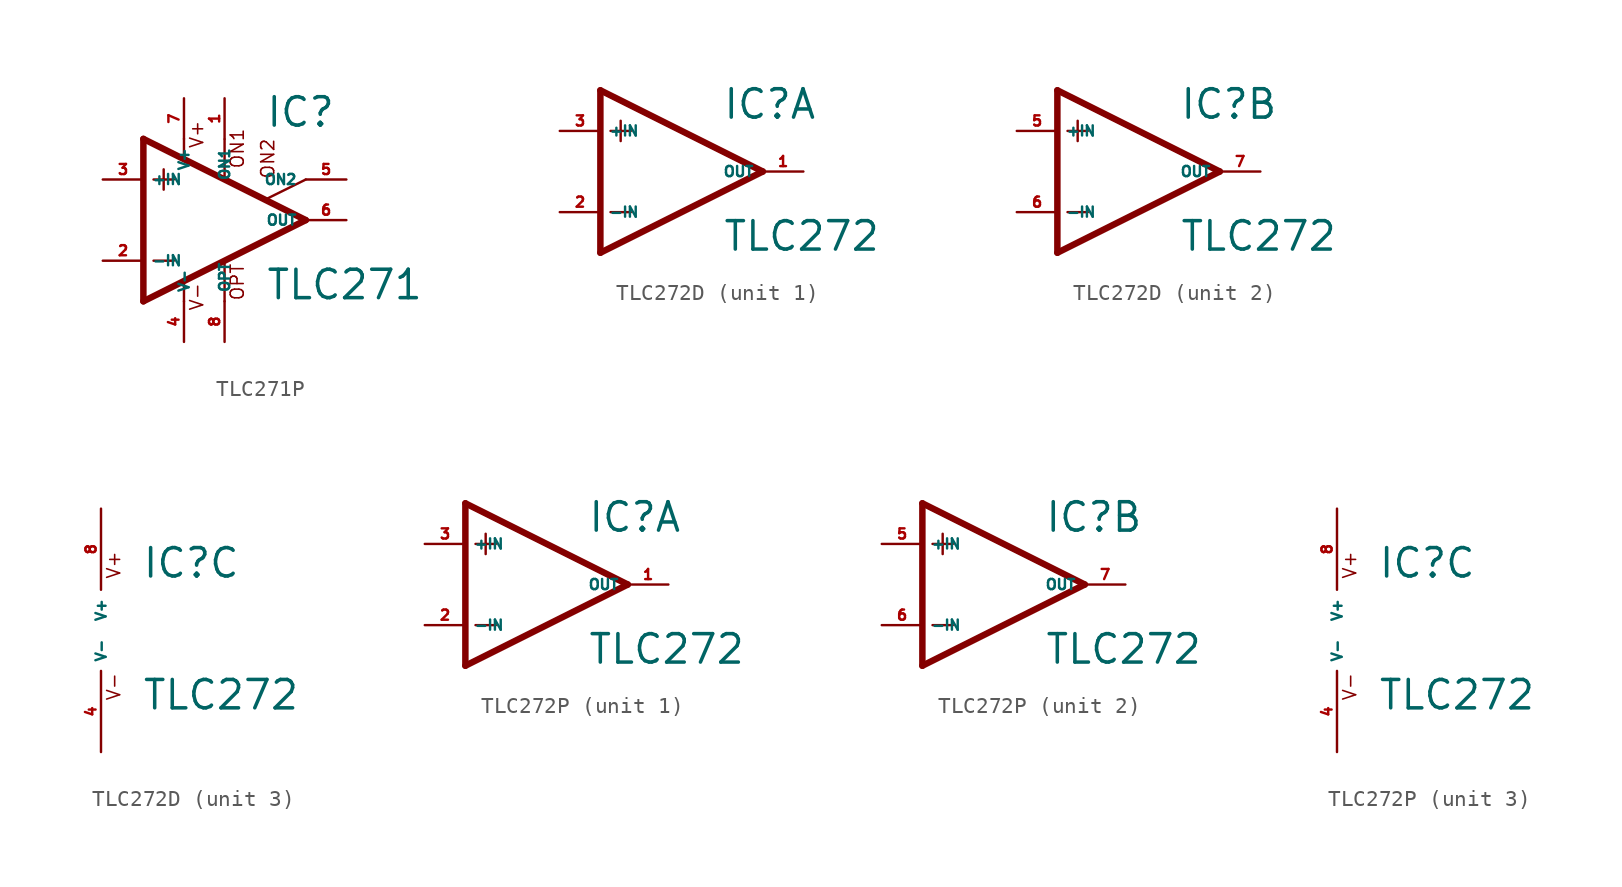
<source format=kicad_sym>
(kicad_symbol_lib
  (version 20220914)
  (generator Eagle2Kicad)
  (symbol "TLC271P"
    (property "Reference" "IC"
      (at 2.54 5.715 0)
      (effects (font (size 1.778 1.778) (thickness 0.22)) (justify left bottom)))
    (property "Value" "TLC271"
      (at 2.54 -5.08 0)
      (effects (font (size 1.778 1.778) (thickness 0.22)) (justify left bottom)))
    (polyline
      (pts (xy -3.81 3.175) (xy -3.81 1.905))
      (stroke (width 0.152) (type default))
      (fill (type none)))
    (polyline
      (pts (xy -4.445 2.54) (xy -3.175 2.54))
      (stroke (width 0.152) (type default))
      (fill (type none)))
    (polyline
      (pts (xy -4.445 -2.54) (xy -3.175 -2.54))
      (stroke (width 0.152) (type default))
      (fill (type none)))
    (polyline
      (pts (xy -2.54 5.08) (xy -2.54 3.886))
      (stroke (width 0.152) (type default))
      (fill (type none)))
    (polyline
      (pts (xy 0 5.055) (xy 0 2.616))
      (stroke (width 0.152) (type default))
      (fill (type none)))
    (polyline
      (pts (xy 0 -2.616) (xy 0 -5.08))
      (stroke (width 0.152) (type default))
      (fill (type none)))
    (polyline
      (pts (xy -2.54 -3.912) (xy -2.54 -5.08))
      (stroke (width 0.152) (type default))
      (fill (type none)))
    (polyline
      (pts (xy 5.08 2.54) (xy 2.616 1.321))
      (stroke (width 0.152) (type default))
      (fill (type none)))
    (polyline
      (pts (xy 5.08 0) (xy -5.08 5.08))
      (stroke (width 0.406) (type default))
      (fill (type none)))
    (polyline
      (pts (xy -5.08 5.08) (xy -5.08 -5.08))
      (stroke (width 0.406) (type default))
      (fill (type none)))
    (polyline
      (pts (xy -5.08 -5.08) (xy 5.08 0))
      (stroke (width 0.406) (type default))
      (fill (type none)))
    (text "ON1"
      (at 1.27 3.175 900)
      (effects (font (size 0.813 0.813) (thickness 0.10)) (justify left bottom)))
    (text "ON2"
      (at 3.175 2.54 900)
      (effects (font (size 0.813 0.813) (thickness 0.10)) (justify left bottom)))
    (text "OPT"
      (at 1.27 -5.08 900)
      (effects (font (size 0.813 0.813) (thickness 0.10)) (justify left bottom)))
    (text "V+"
      (at -1.27 4.445 900)
      (effects (font (size 0.813 0.813) (thickness 0.10)) (justify left bottom)))
    (text "V-"
      (at -1.27 -5.715 900)
      (effects (font (size 0.813 0.813) (thickness 0.10)) (justify left bottom)))
    (pin passive line
      (at 7.62 2.54 180)
      (length 2.54)
      (name "ON2" (effects (font (size 0.635 0.635) (thickness 0.08)) (justify left bottom)))
      (number "5" (effects (font (size 0.635 0.635) (thickness 0.08)) (justify left bottom))))
    (pin passive line
      (at 0 7.62 270)
      (length 2.54)
      (name "ON1" (effects (font (size 0.635 0.635) (thickness 0.08)) (justify left bottom)))
      (number "1" (effects (font (size 0.635 0.635) (thickness 0.08)) (justify left bottom))))
    (pin input line
      (at -7.62 -2.54 0)
      (length 2.54)
      (name "-IN" (effects (font (size 0.635 0.635) (thickness 0.08)) (justify left bottom)))
      (number "2" (effects (font (size 0.635 0.635) (thickness 0.08)) (justify left bottom))))
    (pin input line
      (at -7.62 2.54 0)
      (length 2.54)
      (name "+IN" (effects (font (size 0.635 0.635) (thickness 0.08)) (justify left bottom)))
      (number "3" (effects (font (size 0.635 0.635) (thickness 0.08)) (justify left bottom))))
    (pin output line
      (at 7.62 0 180)
      (length 2.54)
      (name "OUT" (effects (font (size 0.635 0.635) (thickness 0.08)) (justify left bottom)))
      (number "6" (effects (font (size 0.635 0.635) (thickness 0.08)) (justify left bottom))))
    (pin passive line
      (at 0 -7.62 90)
      (length 2.54)
      (name "OPT" (effects (font (size 0.635 0.635) (thickness 0.08)) (justify left bottom)))
      (number "8" (effects (font (size 0.635 0.635) (thickness 0.08)) (justify left bottom))))
    (pin unspecified line
      (at -2.54 7.62 270)
      (length 2.54)
      (name "V+" (effects (font (size 0.635 0.635) (thickness 0.08)) (justify left bottom)))
      (number "7" (effects (font (size 0.635 0.635) (thickness 0.08)) (justify left bottom))))
    (pin unspecified line
      (at -2.54 -7.62 90)
      (length 2.54)
      (name "V-" (effects (font (size 0.635 0.635) (thickness 0.08)) (justify left bottom)))
      (number "4" (effects (font (size 0.635 0.635) (thickness 0.08)) (justify left bottom)))))
  (symbol "TLC272D"
    (property "Reference" "IC"
      (at 2.54 3.175 0)
      (effects (font (size 1.778 1.778) (thickness 0.22)) (justify left bottom)))
    (property "Value" "TLC272"
      (at 2.54 -5.08 0)
      (effects (font (size 1.778 1.778) (thickness 0.22)) (justify left bottom)))
    (symbol "TLC272D_1_0"
      (polyline (pts (xy -5.08 5.08) (xy -5.08 -5.08)) (stroke (width 0.406) (type default)) (fill (type none)))
      (polyline (pts (xy -5.08 -5.08) (xy 5.08 0)) (stroke (width 0.406) (type default)) (fill (type none)))
      (polyline (pts (xy 5.08 0) (xy -5.08 5.08)) (stroke (width 0.406) (type default)) (fill (type none)))
      (polyline (pts (xy -3.81 3.175) (xy -3.81 1.905)) (stroke (width 0.152) (type default)) (fill (type none)))
      (polyline (pts (xy -4.445 2.54) (xy -3.175 2.54)) (stroke (width 0.152) (type default)) (fill (type none)))
      (polyline (pts (xy -4.445 -2.54) (xy -3.175 -2.54)) (stroke (width 0.152) (type default)) (fill (type none)))
      (pin input line (at -7.62 -2.54 0) (length 2.54) (name "-IN" (effects (font (size 0.635 0.635) (thickness 0.08)) (justify left bottom))) (number "2" (effects (font (size 0.635 0.635) (thickness 0.08)) (justify left bottom))))
      (pin input line (at -7.62 2.54 0) (length 2.54) (name "+IN" (effects (font (size 0.635 0.635) (thickness 0.08)) (justify left bottom))) (number "3" (effects (font (size 0.635 0.635) (thickness 0.08)) (justify left bottom))))
      (pin output line (at 7.62 0 180) (length 2.54) (name "OUT" (effects (font (size 0.635 0.635) (thickness 0.08)) (justify left bottom))) (number "1" (effects (font (size 0.635 0.635) (thickness 0.08)) (justify left bottom)))))
    (symbol "TLC272D_2_0"
      (polyline (pts (xy -5.08 5.08) (xy -5.08 -5.08)) (stroke (width 0.406) (type default)) (fill (type none)))
      (polyline (pts (xy -5.08 -5.08) (xy 5.08 0)) (stroke (width 0.406) (type default)) (fill (type none)))
      (polyline (pts (xy 5.08 0) (xy -5.08 5.08)) (stroke (width 0.406) (type default)) (fill (type none)))
      (polyline (pts (xy -3.81 3.175) (xy -3.81 1.905)) (stroke (width 0.152) (type default)) (fill (type none)))
      (polyline (pts (xy -4.445 2.54) (xy -3.175 2.54)) (stroke (width 0.152) (type default)) (fill (type none)))
      (polyline (pts (xy -4.445 -2.54) (xy -3.175 -2.54)) (stroke (width 0.152) (type default)) (fill (type none)))
      (pin input line (at -7.62 -2.54 0) (length 2.54) (name "-IN" (effects (font (size 0.635 0.635) (thickness 0.08)) (justify left bottom))) (number "6" (effects (font (size 0.635 0.635) (thickness 0.08)) (justify left bottom))))
      (pin input line (at -7.62 2.54 0) (length 2.54) (name "+IN" (effects (font (size 0.635 0.635) (thickness 0.08)) (justify left bottom))) (number "5" (effects (font (size 0.635 0.635) (thickness 0.08)) (justify left bottom))))
      (pin output line (at 7.62 0 180) (length 2.54) (name "OUT" (effects (font (size 0.635 0.635) (thickness 0.08)) (justify left bottom))) (number "7" (effects (font (size 0.635 0.635) (thickness 0.08)) (justify left bottom)))))
    (symbol "TLC272D_3_0"
      (text "V+" (at 1.27 3.175 900) (effects (font (size 0.813 0.813) (thickness 0.10)) (justify left bottom)))
      (text "V-" (at 1.27 -4.445 900) (effects (font (size 0.813 0.813) (thickness 0.10)) (justify left bottom)))
      (pin unspecified line (at 0 7.62 270) (length 5.08) (name "V+" (effects (font (size 0.635 0.635) (thickness 0.08)) (justify left bottom))) (number "8" (effects (font (size 0.635 0.635) (thickness 0.08)) (justify left bottom))))
      (pin unspecified line (at 0 -7.62 90) (length 5.08) (name "V-" (effects (font (size 0.635 0.635) (thickness 0.08)) (justify left bottom))) (number "4" (effects (font (size 0.635 0.635) (thickness 0.08)) (justify left bottom))))))
  (symbol "TLC272P"
    (property "Reference" "IC"
      (at 2.54 3.175 0)
      (effects (font (size 1.778 1.778) (thickness 0.22)) (justify left bottom)))
    (property "Value" "TLC272"
      (at 2.54 -5.08 0)
      (effects (font (size 1.778 1.778) (thickness 0.22)) (justify left bottom)))
    (symbol "TLC272P_1_0"
      (polyline (pts (xy -5.08 5.08) (xy -5.08 -5.08)) (stroke (width 0.406) (type default)) (fill (type none)))
      (polyline (pts (xy -5.08 -5.08) (xy 5.08 0)) (stroke (width 0.406) (type default)) (fill (type none)))
      (polyline (pts (xy 5.08 0) (xy -5.08 5.08)) (stroke (width 0.406) (type default)) (fill (type none)))
      (polyline (pts (xy -3.81 3.175) (xy -3.81 1.905)) (stroke (width 0.152) (type default)) (fill (type none)))
      (polyline (pts (xy -4.445 2.54) (xy -3.175 2.54)) (stroke (width 0.152) (type default)) (fill (type none)))
      (polyline (pts (xy -4.445 -2.54) (xy -3.175 -2.54)) (stroke (width 0.152) (type default)) (fill (type none)))
      (pin input line (at -7.62 -2.54 0) (length 2.54) (name "-IN" (effects (font (size 0.635 0.635) (thickness 0.08)) (justify left bottom))) (number "2" (effects (font (size 0.635 0.635) (thickness 0.08)) (justify left bottom))))
      (pin input line (at -7.62 2.54 0) (length 2.54) (name "+IN" (effects (font (size 0.635 0.635) (thickness 0.08)) (justify left bottom))) (number "3" (effects (font (size 0.635 0.635) (thickness 0.08)) (justify left bottom))))
      (pin output line (at 7.62 0 180) (length 2.54) (name "OUT" (effects (font (size 0.635 0.635) (thickness 0.08)) (justify left bottom))) (number "1" (effects (font (size 0.635 0.635) (thickness 0.08)) (justify left bottom)))))
    (symbol "TLC272P_2_0"
      (polyline (pts (xy -5.08 5.08) (xy -5.08 -5.08)) (stroke (width 0.406) (type default)) (fill (type none)))
      (polyline (pts (xy -5.08 -5.08) (xy 5.08 0)) (stroke (width 0.406) (type default)) (fill (type none)))
      (polyline (pts (xy 5.08 0) (xy -5.08 5.08)) (stroke (width 0.406) (type default)) (fill (type none)))
      (polyline (pts (xy -3.81 3.175) (xy -3.81 1.905)) (stroke (width 0.152) (type default)) (fill (type none)))
      (polyline (pts (xy -4.445 2.54) (xy -3.175 2.54)) (stroke (width 0.152) (type default)) (fill (type none)))
      (polyline (pts (xy -4.445 -2.54) (xy -3.175 -2.54)) (stroke (width 0.152) (type default)) (fill (type none)))
      (pin input line (at -7.62 -2.54 0) (length 2.54) (name "-IN" (effects (font (size 0.635 0.635) (thickness 0.08)) (justify left bottom))) (number "6" (effects (font (size 0.635 0.635) (thickness 0.08)) (justify left bottom))))
      (pin input line (at -7.62 2.54 0) (length 2.54) (name "+IN" (effects (font (size 0.635 0.635) (thickness 0.08)) (justify left bottom))) (number "5" (effects (font (size 0.635 0.635) (thickness 0.08)) (justify left bottom))))
      (pin output line (at 7.62 0 180) (length 2.54) (name "OUT" (effects (font (size 0.635 0.635) (thickness 0.08)) (justify left bottom))) (number "7" (effects (font (size 0.635 0.635) (thickness 0.08)) (justify left bottom)))))
    (symbol "TLC272P_3_0"
      (text "V+" (at 1.27 3.175 900) (effects (font (size 0.813 0.813) (thickness 0.10)) (justify left bottom)))
      (text "V-" (at 1.27 -4.445 900) (effects (font (size 0.813 0.813) (thickness 0.10)) (justify left bottom)))
      (pin unspecified line (at 0 7.62 270) (length 5.08) (name "V+" (effects (font (size 0.635 0.635) (thickness 0.08)) (justify left bottom))) (number "8" (effects (font (size 0.635 0.635) (thickness 0.08)) (justify left bottom))))
      (pin unspecified line (at 0 -7.62 90) (length 5.08) (name "V-" (effects (font (size 0.635 0.635) (thickness 0.08)) (justify left bottom))) (number "4" (effects (font (size 0.635 0.635) (thickness 0.08)) (justify left bottom)))))))
</source>
